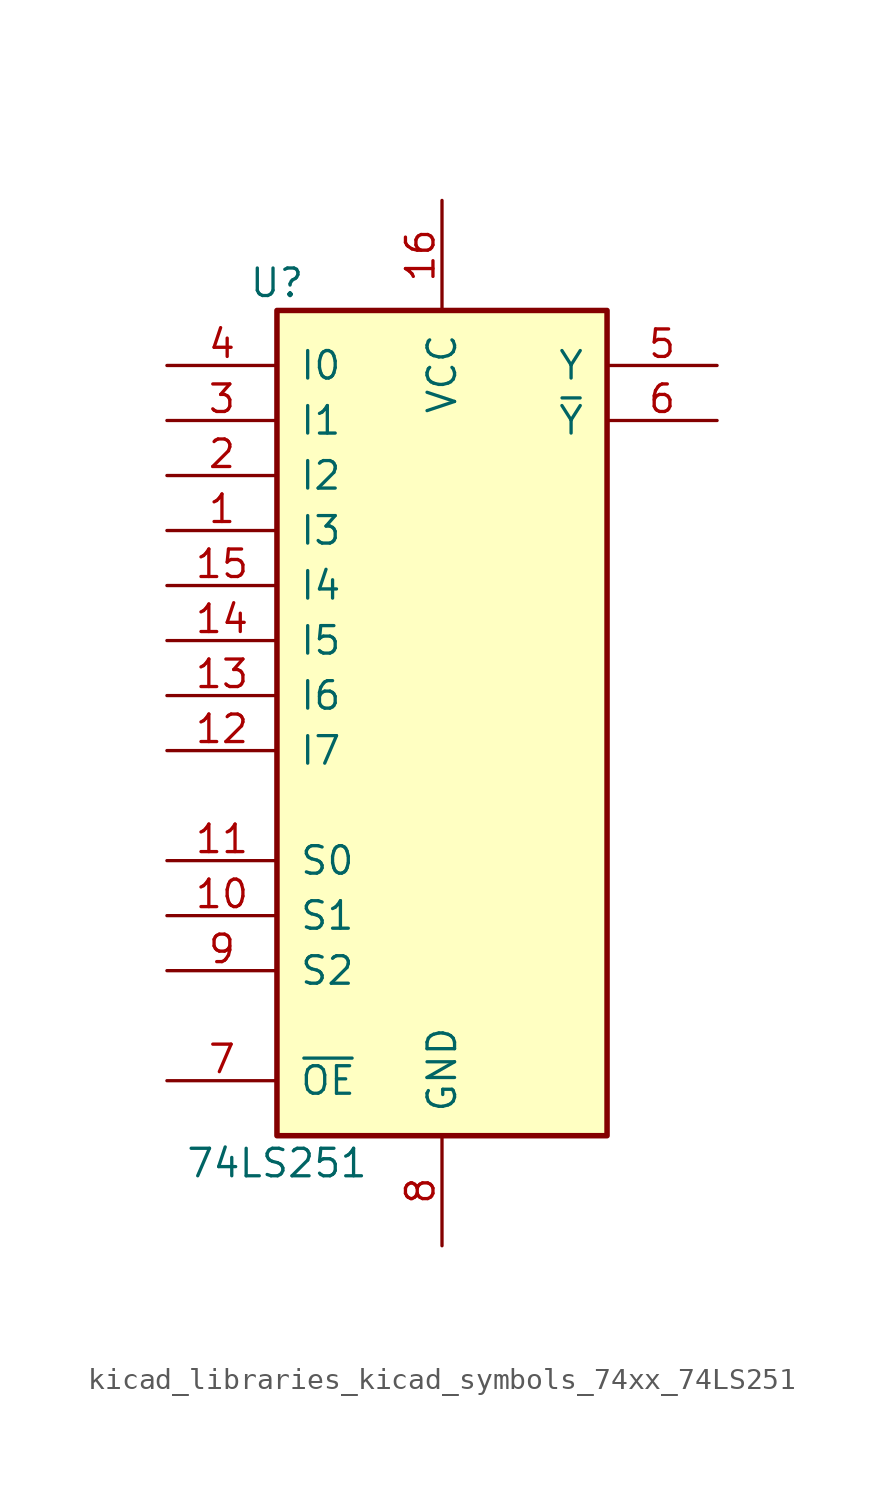
<source format=kicad_sym>
(kicad_symbol_lib
  (version 20220914)
  (generator kicad_symbol_editor)
  (symbol "kicad_libraries_kicad_symbols_74xx_74LS251"
    (pin_names
      (offset 1.016))
    (property "Reference" "U"
      (at -7.62 19.05 0)
      (effects (font (size 1.27 1.27))))
    (property "Value" "74LS251"
      (at -7.62 -21.59 0)
      (effects (font (size 1.27 1.27))))
    (property "ki_locked" ""
      (at 0 0 0)
      (effects (font (size 1.27 1.27))))
    (symbol "kicad_libraries_kicad_symbols_74xx_74LS251_1_0"
      (pin input line (at -12.7 7.62 0) (length 5.08) (name "I3" (effects (font (size 1.27 1.27)))) (number "1" (effects (font (size 1.27 1.27)))))
      (pin input line (at -12.7 -10.16 0) (length 5.08) (name "S1" (effects (font (size 1.27 1.27)))) (number "10" (effects (font (size 1.27 1.27)))))
      (pin input line (at -12.7 -7.62 0) (length 5.08) (name "S0" (effects (font (size 1.27 1.27)))) (number "11" (effects (font (size 1.27 1.27)))))
      (pin input line (at -12.7 -2.54 0) (length 5.08) (name "I7" (effects (font (size 1.27 1.27)))) (number "12" (effects (font (size 1.27 1.27)))))
      (pin input line (at -12.7 0 0) (length 5.08) (name "I6" (effects (font (size 1.27 1.27)))) (number "13" (effects (font (size 1.27 1.27)))))
      (pin input line (at -12.7 2.54 0) (length 5.08) (name "I5" (effects (font (size 1.27 1.27)))) (number "14" (effects (font (size 1.27 1.27)))))
      (pin input line (at -12.7 5.08 0) (length 5.08) (name "I4" (effects (font (size 1.27 1.27)))) (number "15" (effects (font (size 1.27 1.27)))))
      (pin power_in line (at 0 22.86 270) (length 5.08) (name "VCC" (effects (font (size 1.27 1.27)))) (number "16" (effects (font (size 1.27 1.27)))))
      (pin input line (at -12.7 10.16 0) (length 5.08) (name "I2" (effects (font (size 1.27 1.27)))) (number "2" (effects (font (size 1.27 1.27)))))
      (pin input line (at -12.7 12.7 0) (length 5.08) (name "I1" (effects (font (size 1.27 1.27)))) (number "3" (effects (font (size 1.27 1.27)))))
      (pin input line (at -12.7 15.24 0) (length 5.08) (name "I0" (effects (font (size 1.27 1.27)))) (number "4" (effects (font (size 1.27 1.27)))))
      (pin tri_state line (at 12.7 15.24 180) (length 5.08) (name "Y" (effects (font (size 1.27 1.27)))) (number "5" (effects (font (size 1.27 1.27)))))
      (pin tri_state line (at 12.7 12.7 180) (length 5.08) (name "~{Y}" (effects (font (size 1.27 1.27)))) (number "6" (effects (font (size 1.27 1.27)))))
      (pin input line (at -12.7 -17.78 0) (length 5.08) (name "~{OE}" (effects (font (size 1.27 1.27)))) (number "7" (effects (font (size 1.27 1.27)))))
      (pin power_in line (at 0 -25.4 90) (length 5.08) (name "GND" (effects (font (size 1.27 1.27)))) (number "8" (effects (font (size 1.27 1.27)))))
      (pin input line (at -12.7 -12.7 0) (length 5.08) (name "S2" (effects (font (size 1.27 1.27)))) (number "9" (effects (font (size 1.27 1.27))))))
    (symbol "kicad_libraries_kicad_symbols_74xx_74LS251_1_1"
      (rectangle (start -7.62 17.78) (end 7.62 -20.32) (stroke (width 0.254) (type default)) (fill (type background))))))
</source>
